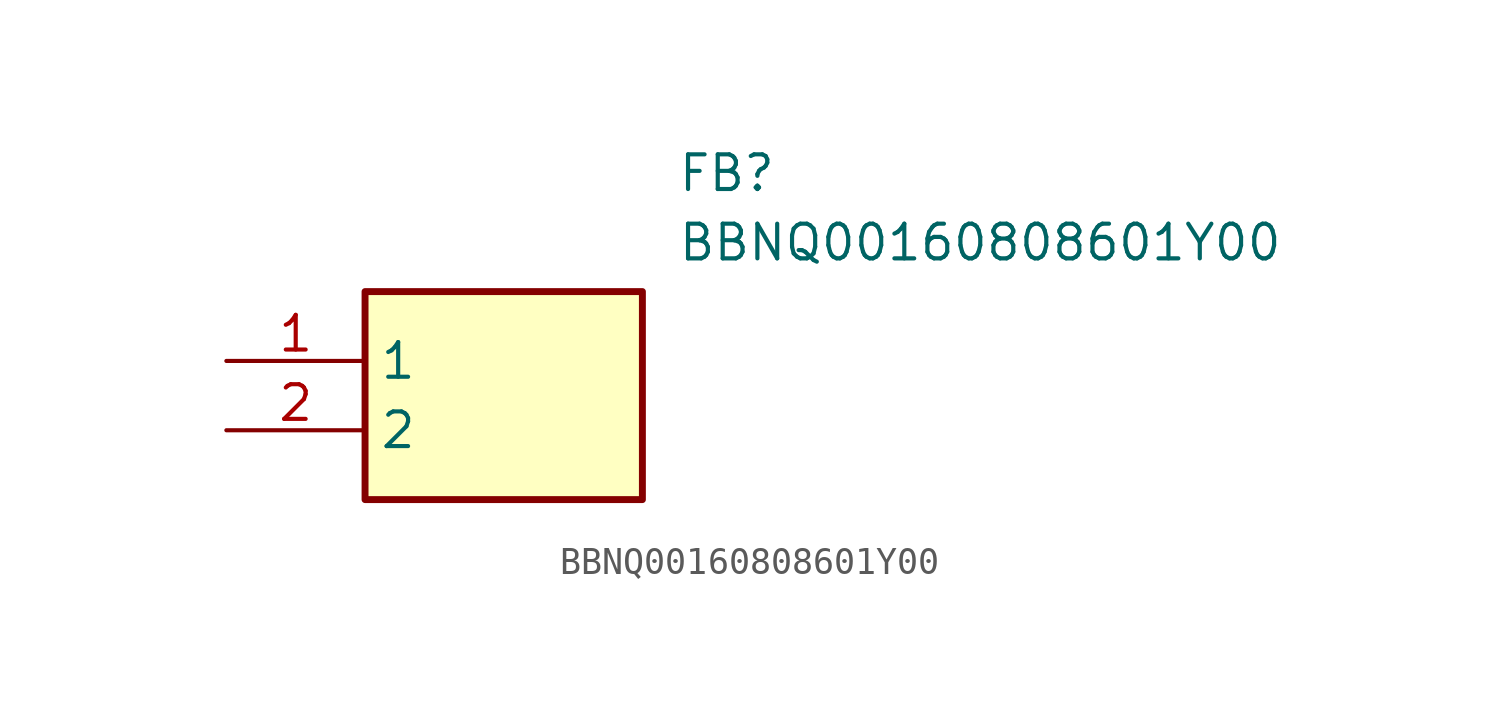
<source format=kicad_sym>
(kicad_symbol_lib
  (version 20211014)
  (generator SamacSys_ECAD_Model)
  (symbol "BBNQ00160808601Y00"
    (property "Reference" "FB"
      (at 16.51 7.62 0)
      (effects (font (size 1.27 1.27)) (justify left top)))
    (property "Value" "BBNQ00160808601Y00"
      (at 16.51 5.08 0)
      (effects (font (size 1.27 1.27)) (justify left top)))
    (rectangle
      (start 5.08 2.54)
      (end 15.24 -5.08)
      (stroke (width 0.254) (type default))
      (fill (type background)))
    (pin passive line
      (at 0 0 0)
      (length 5.08)
      (name "1" (effects (font (size 1.27 1.27))))
      (number "1" (effects (font (size 1.27 1.27)))))
    (pin passive line
      (at 0 -2.54 0)
      (length 5.08)
      (name "2" (effects (font (size 1.27 1.27))))
      (number "2" (effects (font (size 1.27 1.27)))))))
</source>
